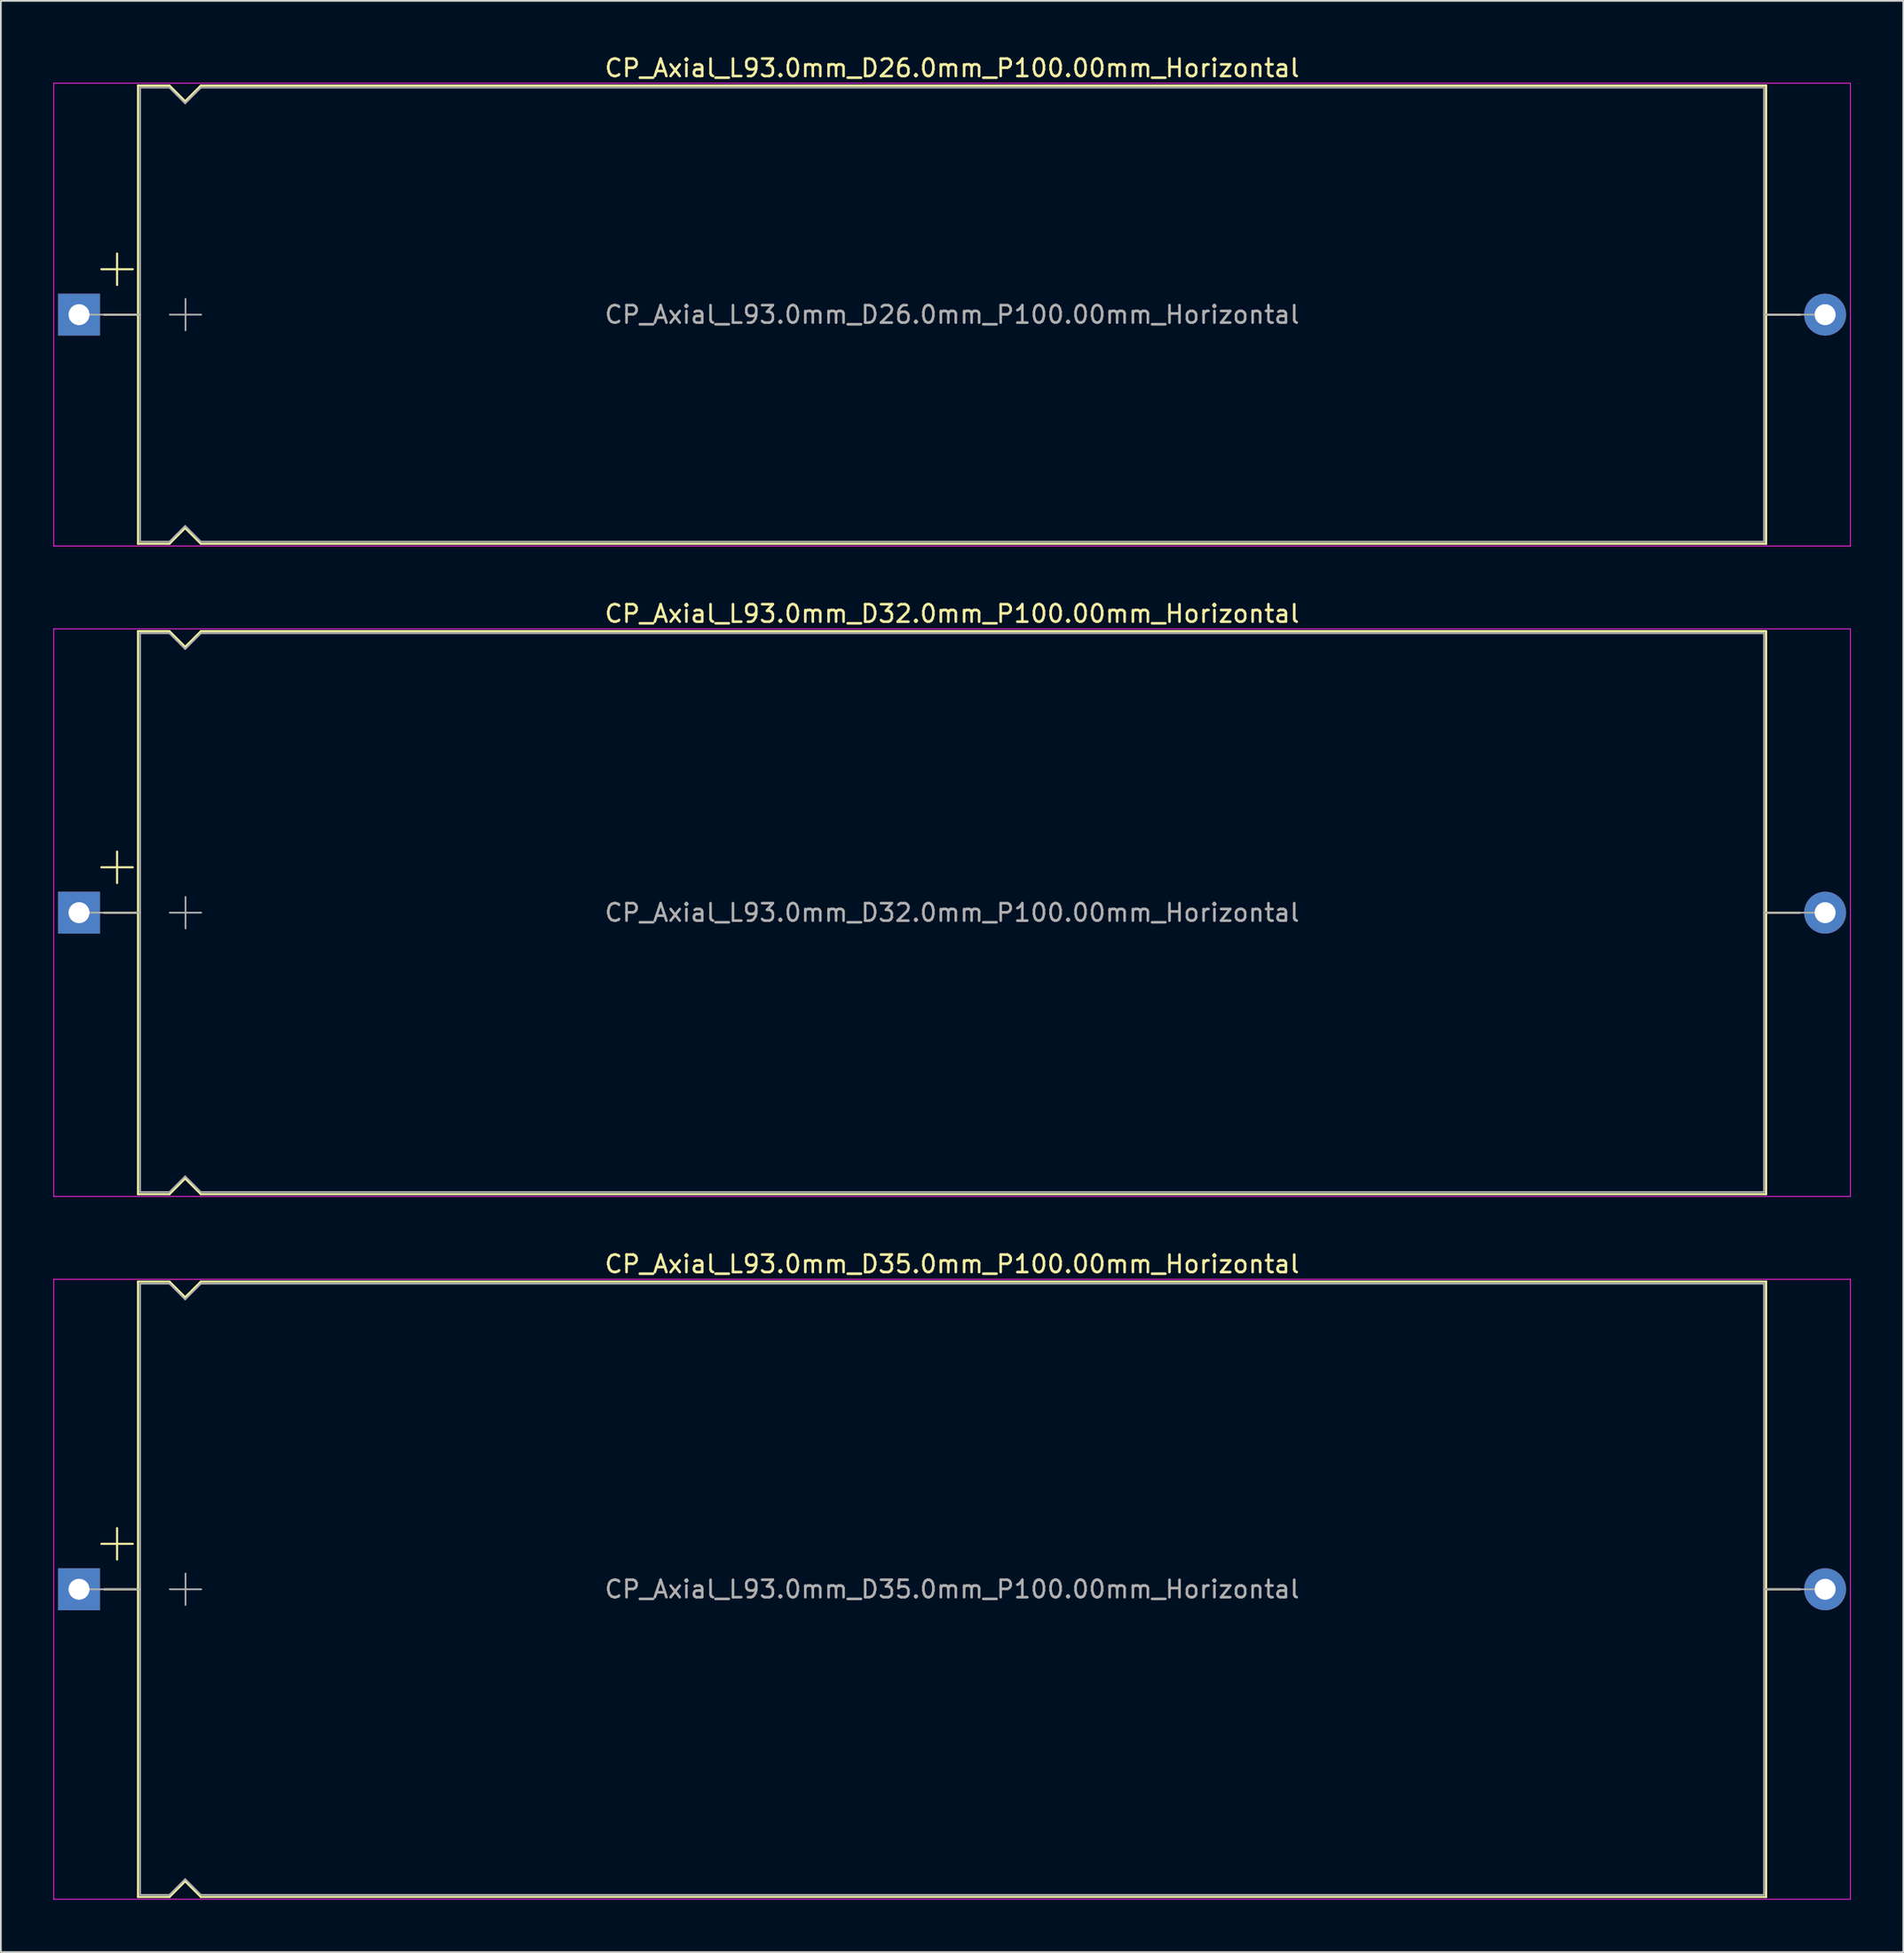
<source format=kicad_pcb>
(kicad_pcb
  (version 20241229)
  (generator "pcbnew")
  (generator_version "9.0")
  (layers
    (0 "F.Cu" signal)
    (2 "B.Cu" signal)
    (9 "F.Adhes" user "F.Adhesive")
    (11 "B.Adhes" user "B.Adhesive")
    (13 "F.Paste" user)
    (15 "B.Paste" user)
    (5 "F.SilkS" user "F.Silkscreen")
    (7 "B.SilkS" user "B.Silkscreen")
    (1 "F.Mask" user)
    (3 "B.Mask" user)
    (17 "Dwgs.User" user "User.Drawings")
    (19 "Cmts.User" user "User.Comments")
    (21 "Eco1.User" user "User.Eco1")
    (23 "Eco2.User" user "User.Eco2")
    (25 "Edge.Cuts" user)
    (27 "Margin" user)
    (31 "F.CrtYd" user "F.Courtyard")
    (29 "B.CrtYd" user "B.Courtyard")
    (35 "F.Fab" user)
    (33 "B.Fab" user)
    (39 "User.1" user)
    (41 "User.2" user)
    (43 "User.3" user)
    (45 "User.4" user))
  (footprint "CP_Axial_L93.0mm_D32.0mm_P100.00mm_Horizontal"
    (layer "F.Cu")
    (at 1.475 49.212)
    (property "Reference" "CP_Axial_L93.0mm_D32.0mm_P100.00mm_Horizontal" (at 50 -17.12 0) (layer "F.SilkS") (effects (font (size 1 1) (thickness 0.15))))
    (attr through_hole)
    (fp_line (start 1.28 -2.6) (end 3.08 -2.6) (stroke (width 0.12) (type solid)) (layer "F.SilkS"))
    (fp_line (start 1.44 0) (end 3.38 0) (stroke (width 0.12) (type solid)) (layer "F.SilkS"))
    (fp_line (start 2.18 -3.5) (end 2.18 -1.7) (stroke (width 0.12) (type solid)) (layer "F.SilkS"))
    (fp_line (start 3.38 -16.12) (end 3.38 16.12) (stroke (width 0.12) (type solid)) (layer "F.SilkS"))
    (fp_line (start 3.38 -16.12) (end 5.18 -16.12) (stroke (width 0.12) (type solid)) (layer "F.SilkS"))
    (fp_line (start 3.38 16.12) (end 5.18 16.12) (stroke (width 0.12) (type solid)) (layer "F.SilkS"))
    (fp_line (start 5.18 -16.12) (end 6.08 -15.22) (stroke (width 0.12) (type solid)) (layer "F.SilkS"))
    (fp_line (start 5.18 16.12) (end 6.08 15.22) (stroke (width 0.12) (type solid)) (layer "F.SilkS"))
    (fp_line (start 6.08 -15.22) (end 6.98 -16.12) (stroke (width 0.12) (type solid)) (layer "F.SilkS"))
    (fp_line (start 6.08 15.22) (end 6.98 16.12) (stroke (width 0.12) (type solid)) (layer "F.SilkS"))
    (fp_line (start 6.98 -16.12) (end 96.62 -16.12) (stroke (width 0.12) (type solid)) (layer "F.SilkS"))
    (fp_line (start 6.98 16.12) (end 96.62 16.12) (stroke (width 0.12) (type solid)) (layer "F.SilkS"))
    (fp_line (start 96.62 -16.12) (end 96.62 16.12) (stroke (width 0.12) (type solid)) (layer "F.SilkS"))
    (fp_line (start 98.56 0) (end 96.62 0) (stroke (width 0.12) (type solid)) (layer "F.SilkS"))
    (fp_line (start -1.45 -16.25) (end -1.45 16.25) (stroke (width 0.05) (type solid)) (layer "F.CrtYd"))
    (fp_line (start -1.45 16.25) (end 101.45 16.25) (stroke (width 0.05) (type solid)) (layer "F.CrtYd"))
    (fp_line (start 101.45 -16.25) (end -1.45 -16.25) (stroke (width 0.05) (type solid)) (layer "F.CrtYd"))
    (fp_line (start 101.45 16.25) (end 101.45 -16.25) (stroke (width 0.05) (type solid)) (layer "F.CrtYd"))
    (fp_line (start 0 0) (end 3.5 0) (stroke (width 0.1) (type solid)) (layer "F.Fab"))
    (fp_line (start 3.5 -16) (end 3.5 16) (stroke (width 0.1) (type solid)) (layer "F.Fab"))
    (fp_line (start 3.5 -16) (end 5.18 -16) (stroke (width 0.1) (type solid)) (layer "F.Fab"))
    (fp_line (start 3.5 16) (end 5.18 16) (stroke (width 0.1) (type solid)) (layer "F.Fab"))
    (fp_line (start 5.18 -16) (end 6.08 -15.1) (stroke (width 0.1) (type solid)) (layer "F.Fab"))
    (fp_line (start 5.18 16) (end 6.08 15.1) (stroke (width 0.1) (type solid)) (layer "F.Fab"))
    (fp_line (start 5.2 0) (end 7 0) (stroke (width 0.1) (type solid)) (layer "F.Fab"))
    (fp_line (start 6.08 -15.1) (end 6.98 -16) (stroke (width 0.1) (type solid)) (layer "F.Fab"))
    (fp_line (start 6.08 15.1) (end 6.98 16) (stroke (width 0.1) (type solid)) (layer "F.Fab"))
    (fp_line (start 6.1 -0.9) (end 6.1 0.9) (stroke (width 0.1) (type solid)) (layer "F.Fab"))
    (fp_line (start 6.98 -16) (end 96.5 -16) (stroke (width 0.1) (type solid)) (layer "F.Fab"))
    (fp_line (start 6.98 16) (end 96.5 16) (stroke (width 0.1) (type solid)) (layer "F.Fab"))
    (fp_line (start 96.5 -16) (end 96.5 16) (stroke (width 0.1) (type solid)) (layer "F.Fab"))
    (fp_line (start 100 0) (end 96.5 0) (stroke (width 0.1) (type solid)) (layer "F.Fab"))
    (fp_text user "${REFERENCE}" (at 50 0 0) (layer "F.Fab") (effects (font (size 1 1) (thickness 0.15))))
    (pad "1" thru_hole rect (at 0 0) (size 2.4 2.4) (drill 1.2) (layers "*.Cu" "*.Mask"))
    (pad "2" thru_hole oval (at 100 0) (size 2.4 2.4) (drill 1.2) (layers "*.Cu" "*.Mask")))
  (footprint "CP_Axial_L93.0mm_D26.0mm_P100.00mm_Horizontal"
    (layer "F.Cu")
    (at 1.475 14.968)
    (property "Reference" "CP_Axial_L93.0mm_D26.0mm_P100.00mm_Horizontal" (at 50 -14.12 0) (layer "F.SilkS") (effects (font (size 1 1) (thickness 0.15))))
    (attr through_hole)
    (fp_line (start 1.28 -2.6) (end 3.08 -2.6) (stroke (width 0.12) (type solid)) (layer "F.SilkS"))
    (fp_line (start 1.44 0) (end 3.38 0) (stroke (width 0.12) (type solid)) (layer "F.SilkS"))
    (fp_line (start 2.18 -3.5) (end 2.18 -1.7) (stroke (width 0.12) (type solid)) (layer "F.SilkS"))
    (fp_line (start 3.38 -13.12) (end 3.38 13.12) (stroke (width 0.12) (type solid)) (layer "F.SilkS"))
    (fp_line (start 3.38 -13.12) (end 5.18 -13.12) (stroke (width 0.12) (type solid)) (layer "F.SilkS"))
    (fp_line (start 3.38 13.12) (end 5.18 13.12) (stroke (width 0.12) (type solid)) (layer "F.SilkS"))
    (fp_line (start 5.18 -13.12) (end 6.08 -12.22) (stroke (width 0.12) (type solid)) (layer "F.SilkS"))
    (fp_line (start 5.18 13.12) (end 6.08 12.22) (stroke (width 0.12) (type solid)) (layer "F.SilkS"))
    (fp_line (start 6.08 -12.22) (end 6.98 -13.12) (stroke (width 0.12) (type solid)) (layer "F.SilkS"))
    (fp_line (start 6.08 12.22) (end 6.98 13.12) (stroke (width 0.12) (type solid)) (layer "F.SilkS"))
    (fp_line (start 6.98 -13.12) (end 96.62 -13.12) (stroke (width 0.12) (type solid)) (layer "F.SilkS"))
    (fp_line (start 6.98 13.12) (end 96.62 13.12) (stroke (width 0.12) (type solid)) (layer "F.SilkS"))
    (fp_line (start 96.62 -13.12) (end 96.62 13.12) (stroke (width 0.12) (type solid)) (layer "F.SilkS"))
    (fp_line (start 98.56 0) (end 96.62 0) (stroke (width 0.12) (type solid)) (layer "F.SilkS"))
    (fp_line (start -1.45 -13.25) (end -1.45 13.25) (stroke (width 0.05) (type solid)) (layer "F.CrtYd"))
    (fp_line (start -1.45 13.25) (end 101.45 13.25) (stroke (width 0.05) (type solid)) (layer "F.CrtYd"))
    (fp_line (start 101.45 -13.25) (end -1.45 -13.25) (stroke (width 0.05) (type solid)) (layer "F.CrtYd"))
    (fp_line (start 101.45 13.25) (end 101.45 -13.25) (stroke (width 0.05) (type solid)) (layer "F.CrtYd"))
    (fp_line (start 0 0) (end 3.5 0) (stroke (width 0.1) (type solid)) (layer "F.Fab"))
    (fp_line (start 3.5 -13) (end 3.5 13) (stroke (width 0.1) (type solid)) (layer "F.Fab"))
    (fp_line (start 3.5 -13) (end 5.18 -13) (stroke (width 0.1) (type solid)) (layer "F.Fab"))
    (fp_line (start 3.5 13) (end 5.18 13) (stroke (width 0.1) (type solid)) (layer "F.Fab"))
    (fp_line (start 5.18 -13) (end 6.08 -12.1) (stroke (width 0.1) (type solid)) (layer "F.Fab"))
    (fp_line (start 5.18 13) (end 6.08 12.1) (stroke (width 0.1) (type solid)) (layer "F.Fab"))
    (fp_line (start 5.2 0) (end 7 0) (stroke (width 0.1) (type solid)) (layer "F.Fab"))
    (fp_line (start 6.08 -12.1) (end 6.98 -13) (stroke (width 0.1) (type solid)) (layer "F.Fab"))
    (fp_line (start 6.08 12.1) (end 6.98 13) (stroke (width 0.1) (type solid)) (layer "F.Fab"))
    (fp_line (start 6.1 -0.9) (end 6.1 0.9) (stroke (width 0.1) (type solid)) (layer "F.Fab"))
    (fp_line (start 6.98 -13) (end 96.5 -13) (stroke (width 0.1) (type solid)) (layer "F.Fab"))
    (fp_line (start 6.98 13) (end 96.5 13) (stroke (width 0.1) (type solid)) (layer "F.Fab"))
    (fp_line (start 96.5 -13) (end 96.5 13) (stroke (width 0.1) (type solid)) (layer "F.Fab"))
    (fp_line (start 100 0) (end 96.5 0) (stroke (width 0.1) (type solid)) (layer "F.Fab"))
    (fp_text user "${REFERENCE}" (at 50 0 0) (layer "F.Fab") (effects (font (size 1 1) (thickness 0.15))))
    (pad "1" thru_hole rect (at 0 0) (size 2.4 2.4) (drill 1.2) (layers "*.Cu" "*.Mask"))
    (pad "2" thru_hole oval (at 100 0) (size 2.4 2.4) (drill 1.2) (layers "*.Cu" "*.Mask")))
  (footprint "CP_Axial_L93.0mm_D35.0mm_P100.00mm_Horizontal"
    (layer "F.Cu")
    (at 1.475 87.955)
    (property "Reference" "CP_Axial_L93.0mm_D35.0mm_P100.00mm_Horizontal" (at 50 -18.62 0) (layer "F.SilkS") (effects (font (size 1 1) (thickness 0.15))))
    (attr through_hole)
    (fp_line (start 1.28 -2.6) (end 3.08 -2.6) (stroke (width 0.12) (type solid)) (layer "F.SilkS"))
    (fp_line (start 1.44 0) (end 3.38 0) (stroke (width 0.12) (type solid)) (layer "F.SilkS"))
    (fp_line (start 2.18 -3.5) (end 2.18 -1.7) (stroke (width 0.12) (type solid)) (layer "F.SilkS"))
    (fp_line (start 3.38 -17.62) (end 3.38 17.62) (stroke (width 0.12) (type solid)) (layer "F.SilkS"))
    (fp_line (start 3.38 -17.62) (end 5.18 -17.62) (stroke (width 0.12) (type solid)) (layer "F.SilkS"))
    (fp_line (start 3.38 17.62) (end 5.18 17.62) (stroke (width 0.12) (type solid)) (layer "F.SilkS"))
    (fp_line (start 5.18 -17.62) (end 6.08 -16.72) (stroke (width 0.12) (type solid)) (layer "F.SilkS"))
    (fp_line (start 5.18 17.62) (end 6.08 16.72) (stroke (width 0.12) (type solid)) (layer "F.SilkS"))
    (fp_line (start 6.08 -16.72) (end 6.98 -17.62) (stroke (width 0.12) (type solid)) (layer "F.SilkS"))
    (fp_line (start 6.08 16.72) (end 6.98 17.62) (stroke (width 0.12) (type solid)) (layer "F.SilkS"))
    (fp_line (start 6.98 -17.62) (end 96.62 -17.62) (stroke (width 0.12) (type solid)) (layer "F.SilkS"))
    (fp_line (start 6.98 17.62) (end 96.62 17.62) (stroke (width 0.12) (type solid)) (layer "F.SilkS"))
    (fp_line (start 96.62 -17.62) (end 96.62 17.62) (stroke (width 0.12) (type solid)) (layer "F.SilkS"))
    (fp_line (start 98.56 0) (end 96.62 0) (stroke (width 0.12) (type solid)) (layer "F.SilkS"))
    (fp_line (start -1.45 -17.75) (end -1.45 17.75) (stroke (width 0.05) (type solid)) (layer "F.CrtYd"))
    (fp_line (start -1.45 17.75) (end 101.45 17.75) (stroke (width 0.05) (type solid)) (layer "F.CrtYd"))
    (fp_line (start 101.45 -17.75) (end -1.45 -17.75) (stroke (width 0.05) (type solid)) (layer "F.CrtYd"))
    (fp_line (start 101.45 17.75) (end 101.45 -17.75) (stroke (width 0.05) (type solid)) (layer "F.CrtYd"))
    (fp_line (start 0 0) (end 3.5 0) (stroke (width 0.1) (type solid)) (layer "F.Fab"))
    (fp_line (start 3.5 -17.5) (end 3.5 17.5) (stroke (width 0.1) (type solid)) (layer "F.Fab"))
    (fp_line (start 3.5 -17.5) (end 5.18 -17.5) (stroke (width 0.1) (type solid)) (layer "F.Fab"))
    (fp_line (start 3.5 17.5) (end 5.18 17.5) (stroke (width 0.1) (type solid)) (layer "F.Fab"))
    (fp_line (start 5.18 -17.5) (end 6.08 -16.6) (stroke (width 0.1) (type solid)) (layer "F.Fab"))
    (fp_line (start 5.18 17.5) (end 6.08 16.6) (stroke (width 0.1) (type solid)) (layer "F.Fab"))
    (fp_line (start 5.2 0) (end 7 0) (stroke (width 0.1) (type solid)) (layer "F.Fab"))
    (fp_line (start 6.08 -16.6) (end 6.98 -17.5) (stroke (width 0.1) (type solid)) (layer "F.Fab"))
    (fp_line (start 6.08 16.6) (end 6.98 17.5) (stroke (width 0.1) (type solid)) (layer "F.Fab"))
    (fp_line (start 6.1 -0.9) (end 6.1 0.9) (stroke (width 0.1) (type solid)) (layer "F.Fab"))
    (fp_line (start 6.98 -17.5) (end 96.5 -17.5) (stroke (width 0.1) (type solid)) (layer "F.Fab"))
    (fp_line (start 6.98 17.5) (end 96.5 17.5) (stroke (width 0.1) (type solid)) (layer "F.Fab"))
    (fp_line (start 96.5 -17.5) (end 96.5 17.5) (stroke (width 0.1) (type solid)) (layer "F.Fab"))
    (fp_line (start 100 0) (end 96.5 0) (stroke (width 0.1) (type solid)) (layer "F.Fab"))
    (fp_text user "${REFERENCE}" (at 50 0 0) (layer "F.Fab") (effects (font (size 1 1) (thickness 0.15))))
    (pad "1" thru_hole rect (at 0 0) (size 2.4 2.4) (drill 1.2) (layers "*.Cu" "*.Mask"))
    (pad "2" thru_hole oval (at 100 0) (size 2.4 2.4) (drill 1.2) (layers "*.Cu" "*.Mask")))
  (gr_rect
    (start -3 -3)
    (end 105.95 108.73)
    (stroke (width 0.1) (type default))
    (fill no)
    (layer "Edge.Cuts")))
</source>
